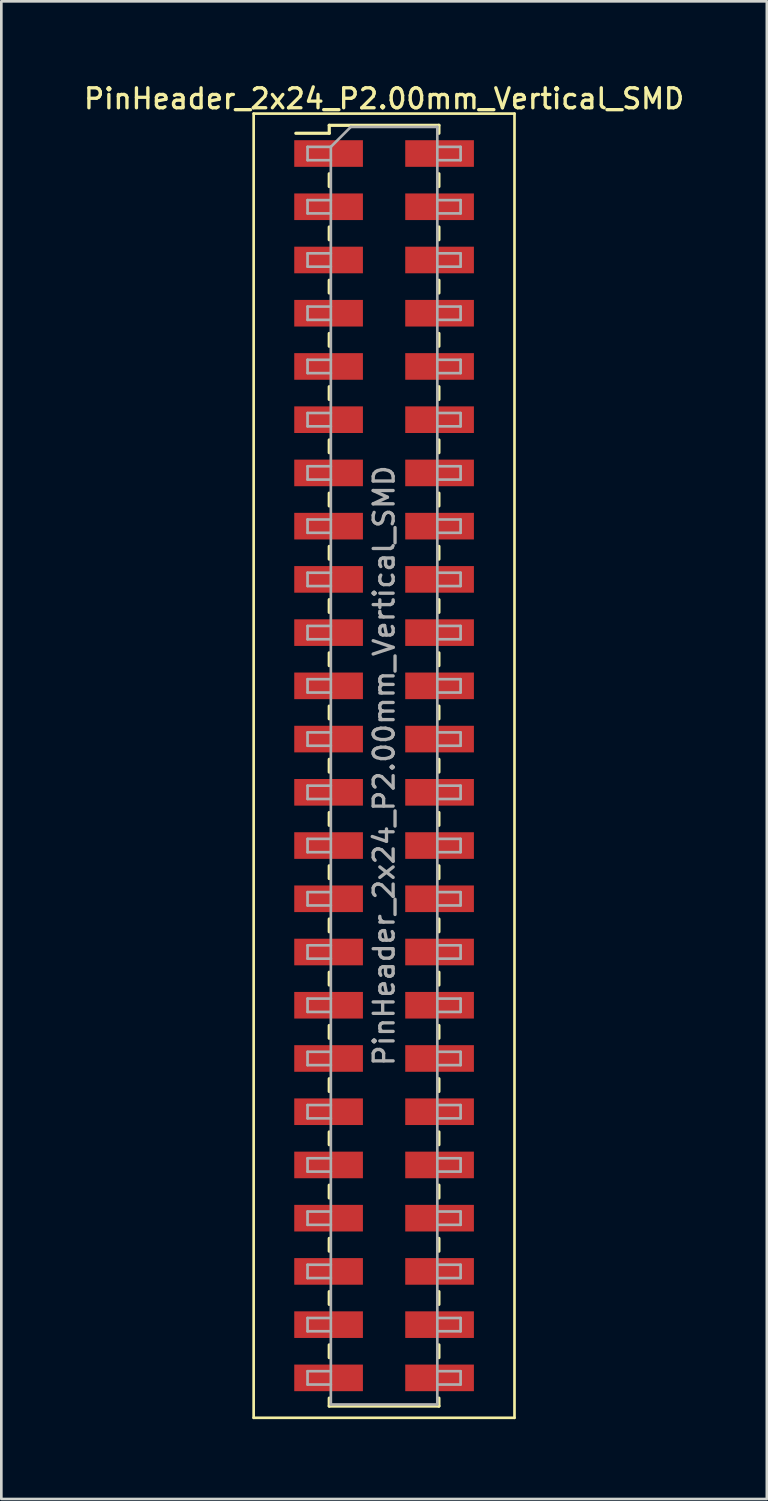
<source format=kicad_pcb>
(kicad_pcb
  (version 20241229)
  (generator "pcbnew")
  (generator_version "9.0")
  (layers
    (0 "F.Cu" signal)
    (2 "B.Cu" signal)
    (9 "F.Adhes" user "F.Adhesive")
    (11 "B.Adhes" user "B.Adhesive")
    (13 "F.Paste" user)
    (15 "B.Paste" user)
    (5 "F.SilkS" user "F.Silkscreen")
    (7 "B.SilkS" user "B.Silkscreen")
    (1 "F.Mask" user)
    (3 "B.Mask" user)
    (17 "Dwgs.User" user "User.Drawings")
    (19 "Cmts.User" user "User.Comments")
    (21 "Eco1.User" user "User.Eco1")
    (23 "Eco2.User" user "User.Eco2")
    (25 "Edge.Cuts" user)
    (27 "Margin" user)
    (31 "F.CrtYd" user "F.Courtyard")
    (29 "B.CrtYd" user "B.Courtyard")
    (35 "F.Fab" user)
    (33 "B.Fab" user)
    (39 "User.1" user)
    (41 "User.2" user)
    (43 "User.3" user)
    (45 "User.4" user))
  (footprint "PinHeader_2x24_P2.00mm_Vertical_SMD"
    (layer "F.Cu")
    (at 11.38 25.718)
    (property "Reference" "PinHeader_2x24_P2.00mm_Vertical_SMD" (at 0 -25.06 0) (layer "F.SilkS") (effects (font (size 0.75 0.75) (thickness 0.125))))
    (attr smd)
    (fp_line (start -4.9 -24.5) (end -4.9 24.5) (stroke (width 0.1) (type solid)) (layer "F.SilkS"))
    (fp_line (start -4.9 24.5) (end 4.9 24.5) (stroke (width 0.1) (type solid)) (layer "F.SilkS"))
    (fp_line (start -3.315 -23.76) (end -2.06 -23.76) (stroke (width 0.12) (type solid)) (layer "F.SilkS"))
    (fp_line (start -2.06 -24.06) (end -2.06 -23.76) (stroke (width 0.12) (type solid)) (layer "F.SilkS"))
    (fp_line (start -2.06 -24.06) (end 2.06 -24.06) (stroke (width 0.12) (type solid)) (layer "F.SilkS"))
    (fp_line (start -2.06 -22.24) (end -2.06 -21.76) (stroke (width 0.12) (type solid)) (layer "F.SilkS"))
    (fp_line (start -2.06 -20.24) (end -2.06 -19.76) (stroke (width 0.12) (type solid)) (layer "F.SilkS"))
    (fp_line (start -2.06 -18.24) (end -2.06 -17.76) (stroke (width 0.12) (type solid)) (layer "F.SilkS"))
    (fp_line (start -2.06 -16.24) (end -2.06 -15.76) (stroke (width 0.12) (type solid)) (layer "F.SilkS"))
    (fp_line (start -2.06 -14.24) (end -2.06 -13.76) (stroke (width 0.12) (type solid)) (layer "F.SilkS"))
    (fp_line (start -2.06 -12.24) (end -2.06 -11.76) (stroke (width 0.12) (type solid)) (layer "F.SilkS"))
    (fp_line (start -2.06 -10.24) (end -2.06 -9.76) (stroke (width 0.12) (type solid)) (layer "F.SilkS"))
    (fp_line (start -2.06 -8.24) (end -2.06 -7.76) (stroke (width 0.12) (type solid)) (layer "F.SilkS"))
    (fp_line (start -2.06 -6.24) (end -2.06 -5.76) (stroke (width 0.12) (type solid)) (layer "F.SilkS"))
    (fp_line (start -2.06 -4.24) (end -2.06 -3.76) (stroke (width 0.12) (type solid)) (layer "F.SilkS"))
    (fp_line (start -2.06 -2.24) (end -2.06 -1.76) (stroke (width 0.12) (type solid)) (layer "F.SilkS"))
    (fp_line (start -2.06 -0.24) (end -2.06 0.24) (stroke (width 0.12) (type solid)) (layer "F.SilkS"))
    (fp_line (start -2.06 1.76) (end -2.06 2.24) (stroke (width 0.12) (type solid)) (layer "F.SilkS"))
    (fp_line (start -2.06 3.76) (end -2.06 4.24) (stroke (width 0.12) (type solid)) (layer "F.SilkS"))
    (fp_line (start -2.06 5.76) (end -2.06 6.24) (stroke (width 0.12) (type solid)) (layer "F.SilkS"))
    (fp_line (start -2.06 7.76) (end -2.06 8.24) (stroke (width 0.12) (type solid)) (layer "F.SilkS"))
    (fp_line (start -2.06 9.76) (end -2.06 10.24) (stroke (width 0.12) (type solid)) (layer "F.SilkS"))
    (fp_line (start -2.06 11.76) (end -2.06 12.24) (stroke (width 0.12) (type solid)) (layer "F.SilkS"))
    (fp_line (start -2.06 13.76) (end -2.06 14.24) (stroke (width 0.12) (type solid)) (layer "F.SilkS"))
    (fp_line (start -2.06 15.76) (end -2.06 16.24) (stroke (width 0.12) (type solid)) (layer "F.SilkS"))
    (fp_line (start -2.06 17.76) (end -2.06 18.24) (stroke (width 0.12) (type solid)) (layer "F.SilkS"))
    (fp_line (start -2.06 19.76) (end -2.06 20.24) (stroke (width 0.12) (type solid)) (layer "F.SilkS"))
    (fp_line (start -2.06 21.76) (end -2.06 22.24) (stroke (width 0.12) (type solid)) (layer "F.SilkS"))
    (fp_line (start -2.06 23.76) (end -2.06 24.06) (stroke (width 0.12) (type solid)) (layer "F.SilkS"))
    (fp_line (start -2.06 24.06) (end 2.06 24.06) (stroke (width 0.12) (type solid)) (layer "F.SilkS"))
    (fp_line (start 2.06 -24.06) (end 2.06 -23.76) (stroke (width 0.12) (type solid)) (layer "F.SilkS"))
    (fp_line (start 2.06 -22.24) (end 2.06 -21.76) (stroke (width 0.12) (type solid)) (layer "F.SilkS"))
    (fp_line (start 2.06 -20.24) (end 2.06 -19.76) (stroke (width 0.12) (type solid)) (layer "F.SilkS"))
    (fp_line (start 2.06 -18.24) (end 2.06 -17.76) (stroke (width 0.12) (type solid)) (layer "F.SilkS"))
    (fp_line (start 2.06 -16.24) (end 2.06 -15.76) (stroke (width 0.12) (type solid)) (layer "F.SilkS"))
    (fp_line (start 2.06 -14.24) (end 2.06 -13.76) (stroke (width 0.12) (type solid)) (layer "F.SilkS"))
    (fp_line (start 2.06 -12.24) (end 2.06 -11.76) (stroke (width 0.12) (type solid)) (layer "F.SilkS"))
    (fp_line (start 2.06 -10.24) (end 2.06 -9.76) (stroke (width 0.12) (type solid)) (layer "F.SilkS"))
    (fp_line (start 2.06 -8.24) (end 2.06 -7.76) (stroke (width 0.12) (type solid)) (layer "F.SilkS"))
    (fp_line (start 2.06 -6.24) (end 2.06 -5.76) (stroke (width 0.12) (type solid)) (layer "F.SilkS"))
    (fp_line (start 2.06 -4.24) (end 2.06 -3.76) (stroke (width 0.12) (type solid)) (layer "F.SilkS"))
    (fp_line (start 2.06 -2.24) (end 2.06 -1.76) (stroke (width 0.12) (type solid)) (layer "F.SilkS"))
    (fp_line (start 2.06 -0.24) (end 2.06 0.24) (stroke (width 0.12) (type solid)) (layer "F.SilkS"))
    (fp_line (start 2.06 1.76) (end 2.06 2.24) (stroke (width 0.12) (type solid)) (layer "F.SilkS"))
    (fp_line (start 2.06 3.76) (end 2.06 4.24) (stroke (width 0.12) (type solid)) (layer "F.SilkS"))
    (fp_line (start 2.06 5.76) (end 2.06 6.24) (stroke (width 0.12) (type solid)) (layer "F.SilkS"))
    (fp_line (start 2.06 7.76) (end 2.06 8.24) (stroke (width 0.12) (type solid)) (layer "F.SilkS"))
    (fp_line (start 2.06 9.76) (end 2.06 10.24) (stroke (width 0.12) (type solid)) (layer "F.SilkS"))
    (fp_line (start 2.06 11.76) (end 2.06 12.24) (stroke (width 0.12) (type solid)) (layer "F.SilkS"))
    (fp_line (start 2.06 13.76) (end 2.06 14.24) (stroke (width 0.12) (type solid)) (layer "F.SilkS"))
    (fp_line (start 2.06 15.76) (end 2.06 16.24) (stroke (width 0.12) (type solid)) (layer "F.SilkS"))
    (fp_line (start 2.06 17.76) (end 2.06 18.24) (stroke (width 0.12) (type solid)) (layer "F.SilkS"))
    (fp_line (start 2.06 19.76) (end 2.06 20.24) (stroke (width 0.12) (type solid)) (layer "F.SilkS"))
    (fp_line (start 2.06 21.76) (end 2.06 22.24) (stroke (width 0.12) (type solid)) (layer "F.SilkS"))
    (fp_line (start 2.06 23.76) (end 2.06 24.06) (stroke (width 0.12) (type solid)) (layer "F.SilkS"))
    (fp_line (start 4.9 -24.5) (end -4.9 -24.5) (stroke (width 0.1) (type solid)) (layer "F.SilkS"))
    (fp_line (start 4.9 24.5) (end 4.9 -24.5) (stroke (width 0.1) (type solid)) (layer "F.SilkS"))
    (fp_line (start -2.875 -23.25) (end -2.875 -22.75) (stroke (width 0.1) (type solid)) (layer "F.Fab"))
    (fp_line (start -2.875 -22.75) (end -2 -22.75) (stroke (width 0.1) (type solid)) (layer "F.Fab"))
    (fp_line (start -2.875 -21.25) (end -2.875 -20.75) (stroke (width 0.1) (type solid)) (layer "F.Fab"))
    (fp_line (start -2.875 -20.75) (end -2 -20.75) (stroke (width 0.1) (type solid)) (layer "F.Fab"))
    (fp_line (start -2.875 -19.25) (end -2.875 -18.75) (stroke (width 0.1) (type solid)) (layer "F.Fab"))
    (fp_line (start -2.875 -18.75) (end -2 -18.75) (stroke (width 0.1) (type solid)) (layer "F.Fab"))
    (fp_line (start -2.875 -17.25) (end -2.875 -16.75) (stroke (width 0.1) (type solid)) (layer "F.Fab"))
    (fp_line (start -2.875 -16.75) (end -2 -16.75) (stroke (width 0.1) (type solid)) (layer "F.Fab"))
    (fp_line (start -2.875 -15.25) (end -2.875 -14.75) (stroke (width 0.1) (type solid)) (layer "F.Fab"))
    (fp_line (start -2.875 -14.75) (end -2 -14.75) (stroke (width 0.1) (type solid)) (layer "F.Fab"))
    (fp_line (start -2.875 -13.25) (end -2.875 -12.75) (stroke (width 0.1) (type solid)) (layer "F.Fab"))
    (fp_line (start -2.875 -12.75) (end -2 -12.75) (stroke (width 0.1) (type solid)) (layer "F.Fab"))
    (fp_line (start -2.875 -11.25) (end -2.875 -10.75) (stroke (width 0.1) (type solid)) (layer "F.Fab"))
    (fp_line (start -2.875 -10.75) (end -2 -10.75) (stroke (width 0.1) (type solid)) (layer "F.Fab"))
    (fp_line (start -2.875 -9.25) (end -2.875 -8.75) (stroke (width 0.1) (type solid)) (layer "F.Fab"))
    (fp_line (start -2.875 -8.75) (end -2 -8.75) (stroke (width 0.1) (type solid)) (layer "F.Fab"))
    (fp_line (start -2.875 -7.25) (end -2.875 -6.75) (stroke (width 0.1) (type solid)) (layer "F.Fab"))
    (fp_line (start -2.875 -6.75) (end -2 -6.75) (stroke (width 0.1) (type solid)) (layer "F.Fab"))
    (fp_line (start -2.875 -5.25) (end -2.875 -4.75) (stroke (width 0.1) (type solid)) (layer "F.Fab"))
    (fp_line (start -2.875 -4.75) (end -2 -4.75) (stroke (width 0.1) (type solid)) (layer "F.Fab"))
    (fp_line (start -2.875 -3.25) (end -2.875 -2.75) (stroke (width 0.1) (type solid)) (layer "F.Fab"))
    (fp_line (start -2.875 -2.75) (end -2 -2.75) (stroke (width 0.1) (type solid)) (layer "F.Fab"))
    (fp_line (start -2.875 -1.25) (end -2.875 -0.75) (stroke (width 0.1) (type solid)) (layer "F.Fab"))
    (fp_line (start -2.875 -0.75) (end -2 -0.75) (stroke (width 0.1) (type solid)) (layer "F.Fab"))
    (fp_line (start -2.875 0.75) (end -2.875 1.25) (stroke (width 0.1) (type solid)) (layer "F.Fab"))
    (fp_line (start -2.875 1.25) (end -2 1.25) (stroke (width 0.1) (type solid)) (layer "F.Fab"))
    (fp_line (start -2.875 2.75) (end -2.875 3.25) (stroke (width 0.1) (type solid)) (layer "F.Fab"))
    (fp_line (start -2.875 3.25) (end -2 3.25) (stroke (width 0.1) (type solid)) (layer "F.Fab"))
    (fp_line (start -2.875 4.75) (end -2.875 5.25) (stroke (width 0.1) (type solid)) (layer "F.Fab"))
    (fp_line (start -2.875 5.25) (end -2 5.25) (stroke (width 0.1) (type solid)) (layer "F.Fab"))
    (fp_line (start -2.875 6.75) (end -2.875 7.25) (stroke (width 0.1) (type solid)) (layer "F.Fab"))
    (fp_line (start -2.875 7.25) (end -2 7.25) (stroke (width 0.1) (type solid)) (layer "F.Fab"))
    (fp_line (start -2.875 8.75) (end -2.875 9.25) (stroke (width 0.1) (type solid)) (layer "F.Fab"))
    (fp_line (start -2.875 9.25) (end -2 9.25) (stroke (width 0.1) (type solid)) (layer "F.Fab"))
    (fp_line (start -2.875 10.75) (end -2.875 11.25) (stroke (width 0.1) (type solid)) (layer "F.Fab"))
    (fp_line (start -2.875 11.25) (end -2 11.25) (stroke (width 0.1) (type solid)) (layer "F.Fab"))
    (fp_line (start -2.875 12.75) (end -2.875 13.25) (stroke (width 0.1) (type solid)) (layer "F.Fab"))
    (fp_line (start -2.875 13.25) (end -2 13.25) (stroke (width 0.1) (type solid)) (layer "F.Fab"))
    (fp_line (start -2.875 14.75) (end -2.875 15.25) (stroke (width 0.1) (type solid)) (layer "F.Fab"))
    (fp_line (start -2.875 15.25) (end -2 15.25) (stroke (width 0.1) (type solid)) (layer "F.Fab"))
    (fp_line (start -2.875 16.75) (end -2.875 17.25) (stroke (width 0.1) (type solid)) (layer "F.Fab"))
    (fp_line (start -2.875 17.25) (end -2 17.25) (stroke (width 0.1) (type solid)) (layer "F.Fab"))
    (fp_line (start -2.875 18.75) (end -2.875 19.25) (stroke (width 0.1) (type solid)) (layer "F.Fab"))
    (fp_line (start -2.875 19.25) (end -2 19.25) (stroke (width 0.1) (type solid)) (layer "F.Fab"))
    (fp_line (start -2.875 20.75) (end -2.875 21.25) (stroke (width 0.1) (type solid)) (layer "F.Fab"))
    (fp_line (start -2.875 21.25) (end -2 21.25) (stroke (width 0.1) (type solid)) (layer "F.Fab"))
    (fp_line (start -2.875 22.75) (end -2.875 23.25) (stroke (width 0.1) (type solid)) (layer "F.Fab"))
    (fp_line (start -2.875 23.25) (end -2 23.25) (stroke (width 0.1) (type solid)) (layer "F.Fab"))
    (fp_line (start -2 -23.25) (end -2.875 -23.25) (stroke (width 0.1) (type solid)) (layer "F.Fab"))
    (fp_line (start -2 -23.25) (end -1.25 -24) (stroke (width 0.1) (type solid)) (layer "F.Fab"))
    (fp_line (start -2 -21.25) (end -2.875 -21.25) (stroke (width 0.1) (type solid)) (layer "F.Fab"))
    (fp_line (start -2 -19.25) (end -2.875 -19.25) (stroke (width 0.1) (type solid)) (layer "F.Fab"))
    (fp_line (start -2 -17.25) (end -2.875 -17.25) (stroke (width 0.1) (type solid)) (layer "F.Fab"))
    (fp_line (start -2 -15.25) (end -2.875 -15.25) (stroke (width 0.1) (type solid)) (layer "F.Fab"))
    (fp_line (start -2 -13.25) (end -2.875 -13.25) (stroke (width 0.1) (type solid)) (layer "F.Fab"))
    (fp_line (start -2 -11.25) (end -2.875 -11.25) (stroke (width 0.1) (type solid)) (layer "F.Fab"))
    (fp_line (start -2 -9.25) (end -2.875 -9.25) (stroke (width 0.1) (type solid)) (layer "F.Fab"))
    (fp_line (start -2 -7.25) (end -2.875 -7.25) (stroke (width 0.1) (type solid)) (layer "F.Fab"))
    (fp_line (start -2 -5.25) (end -2.875 -5.25) (stroke (width 0.1) (type solid)) (layer "F.Fab"))
    (fp_line (start -2 -3.25) (end -2.875 -3.25) (stroke (width 0.1) (type solid)) (layer "F.Fab"))
    (fp_line (start -2 -1.25) (end -2.875 -1.25) (stroke (width 0.1) (type solid)) (layer "F.Fab"))
    (fp_line (start -2 0.75) (end -2.875 0.75) (stroke (width 0.1) (type solid)) (layer "F.Fab"))
    (fp_line (start -2 2.75) (end -2.875 2.75) (stroke (width 0.1) (type solid)) (layer "F.Fab"))
    (fp_line (start -2 4.75) (end -2.875 4.75) (stroke (width 0.1) (type solid)) (layer "F.Fab"))
    (fp_line (start -2 6.75) (end -2.875 6.75) (stroke (width 0.1) (type solid)) (layer "F.Fab"))
    (fp_line (start -2 8.75) (end -2.875 8.75) (stroke (width 0.1) (type solid)) (layer "F.Fab"))
    (fp_line (start -2 10.75) (end -2.875 10.75) (stroke (width 0.1) (type solid)) (layer "F.Fab"))
    (fp_line (start -2 12.75) (end -2.875 12.75) (stroke (width 0.1) (type solid)) (layer "F.Fab"))
    (fp_line (start -2 14.75) (end -2.875 14.75) (stroke (width 0.1) (type solid)) (layer "F.Fab"))
    (fp_line (start -2 16.75) (end -2.875 16.75) (stroke (width 0.1) (type solid)) (layer "F.Fab"))
    (fp_line (start -2 18.75) (end -2.875 18.75) (stroke (width 0.1) (type solid)) (layer "F.Fab"))
    (fp_line (start -2 20.75) (end -2.875 20.75) (stroke (width 0.1) (type solid)) (layer "F.Fab"))
    (fp_line (start -2 22.75) (end -2.875 22.75) (stroke (width 0.1) (type solid)) (layer "F.Fab"))
    (fp_line (start -2 24) (end -2 -23.25) (stroke (width 0.1) (type solid)) (layer "F.Fab"))
    (fp_line (start -1.25 -24) (end 2 -24) (stroke (width 0.1) (type solid)) (layer "F.Fab"))
    (fp_line (start 2 -24) (end 2 24) (stroke (width 0.1) (type solid)) (layer "F.Fab"))
    (fp_line (start 2 -23.25) (end 2.875 -23.25) (stroke (width 0.1) (type solid)) (layer "F.Fab"))
    (fp_line (start 2 -21.25) (end 2.875 -21.25) (stroke (width 0.1) (type solid)) (layer "F.Fab"))
    (fp_line (start 2 -19.25) (end 2.875 -19.25) (stroke (width 0.1) (type solid)) (layer "F.Fab"))
    (fp_line (start 2 -17.25) (end 2.875 -17.25) (stroke (width 0.1) (type solid)) (layer "F.Fab"))
    (fp_line (start 2 -15.25) (end 2.875 -15.25) (stroke (width 0.1) (type solid)) (layer "F.Fab"))
    (fp_line (start 2 -13.25) (end 2.875 -13.25) (stroke (width 0.1) (type solid)) (layer "F.Fab"))
    (fp_line (start 2 -11.25) (end 2.875 -11.25) (stroke (width 0.1) (type solid)) (layer "F.Fab"))
    (fp_line (start 2 -9.25) (end 2.875 -9.25) (stroke (width 0.1) (type solid)) (layer "F.Fab"))
    (fp_line (start 2 -7.25) (end 2.875 -7.25) (stroke (width 0.1) (type solid)) (layer "F.Fab"))
    (fp_line (start 2 -5.25) (end 2.875 -5.25) (stroke (width 0.1) (type solid)) (layer "F.Fab"))
    (fp_line (start 2 -3.25) (end 2.875 -3.25) (stroke (width 0.1) (type solid)) (layer "F.Fab"))
    (fp_line (start 2 -1.25) (end 2.875 -1.25) (stroke (width 0.1) (type solid)) (layer "F.Fab"))
    (fp_line (start 2 0.75) (end 2.875 0.75) (stroke (width 0.1) (type solid)) (layer "F.Fab"))
    (fp_line (start 2 2.75) (end 2.875 2.75) (stroke (width 0.1) (type solid)) (layer "F.Fab"))
    (fp_line (start 2 4.75) (end 2.875 4.75) (stroke (width 0.1) (type solid)) (layer "F.Fab"))
    (fp_line (start 2 6.75) (end 2.875 6.75) (stroke (width 0.1) (type solid)) (layer "F.Fab"))
    (fp_line (start 2 8.75) (end 2.875 8.75) (stroke (width 0.1) (type solid)) (layer "F.Fab"))
    (fp_line (start 2 10.75) (end 2.875 10.75) (stroke (width 0.1) (type solid)) (layer "F.Fab"))
    (fp_line (start 2 12.75) (end 2.875 12.75) (stroke (width 0.1) (type solid)) (layer "F.Fab"))
    (fp_line (start 2 14.75) (end 2.875 14.75) (stroke (width 0.1) (type solid)) (layer "F.Fab"))
    (fp_line (start 2 16.75) (end 2.875 16.75) (stroke (width 0.1) (type solid)) (layer "F.Fab"))
    (fp_line (start 2 18.75) (end 2.875 18.75) (stroke (width 0.1) (type solid)) (layer "F.Fab"))
    (fp_line (start 2 20.75) (end 2.875 20.75) (stroke (width 0.1) (type solid)) (layer "F.Fab"))
    (fp_line (start 2 22.75) (end 2.875 22.75) (stroke (width 0.1) (type solid)) (layer "F.Fab"))
    (fp_line (start 2 24) (end -2 24) (stroke (width 0.1) (type solid)) (layer "F.Fab"))
    (fp_line (start 2.875 -23.25) (end 2.875 -22.75) (stroke (width 0.1) (type solid)) (layer "F.Fab"))
    (fp_line (start 2.875 -22.75) (end 2 -22.75) (stroke (width 0.1) (type solid)) (layer "F.Fab"))
    (fp_line (start 2.875 -21.25) (end 2.875 -20.75) (stroke (width 0.1) (type solid)) (layer "F.Fab"))
    (fp_line (start 2.875 -20.75) (end 2 -20.75) (stroke (width 0.1) (type solid)) (layer "F.Fab"))
    (fp_line (start 2.875 -19.25) (end 2.875 -18.75) (stroke (width 0.1) (type solid)) (layer "F.Fab"))
    (fp_line (start 2.875 -18.75) (end 2 -18.75) (stroke (width 0.1) (type solid)) (layer "F.Fab"))
    (fp_line (start 2.875 -17.25) (end 2.875 -16.75) (stroke (width 0.1) (type solid)) (layer "F.Fab"))
    (fp_line (start 2.875 -16.75) (end 2 -16.75) (stroke (width 0.1) (type solid)) (layer "F.Fab"))
    (fp_line (start 2.875 -15.25) (end 2.875 -14.75) (stroke (width 0.1) (type solid)) (layer "F.Fab"))
    (fp_line (start 2.875 -14.75) (end 2 -14.75) (stroke (width 0.1) (type solid)) (layer "F.Fab"))
    (fp_line (start 2.875 -13.25) (end 2.875 -12.75) (stroke (width 0.1) (type solid)) (layer "F.Fab"))
    (fp_line (start 2.875 -12.75) (end 2 -12.75) (stroke (width 0.1) (type solid)) (layer "F.Fab"))
    (fp_line (start 2.875 -11.25) (end 2.875 -10.75) (stroke (width 0.1) (type solid)) (layer "F.Fab"))
    (fp_line (start 2.875 -10.75) (end 2 -10.75) (stroke (width 0.1) (type solid)) (layer "F.Fab"))
    (fp_line (start 2.875 -9.25) (end 2.875 -8.75) (stroke (width 0.1) (type solid)) (layer "F.Fab"))
    (fp_line (start 2.875 -8.75) (end 2 -8.75) (stroke (width 0.1) (type solid)) (layer "F.Fab"))
    (fp_line (start 2.875 -7.25) (end 2.875 -6.75) (stroke (width 0.1) (type solid)) (layer "F.Fab"))
    (fp_line (start 2.875 -6.75) (end 2 -6.75) (stroke (width 0.1) (type solid)) (layer "F.Fab"))
    (fp_line (start 2.875 -5.25) (end 2.875 -4.75) (stroke (width 0.1) (type solid)) (layer "F.Fab"))
    (fp_line (start 2.875 -4.75) (end 2 -4.75) (stroke (width 0.1) (type solid)) (layer "F.Fab"))
    (fp_line (start 2.875 -3.25) (end 2.875 -2.75) (stroke (width 0.1) (type solid)) (layer "F.Fab"))
    (fp_line (start 2.875 -2.75) (end 2 -2.75) (stroke (width 0.1) (type solid)) (layer "F.Fab"))
    (fp_line (start 2.875 -1.25) (end 2.875 -0.75) (stroke (width 0.1) (type solid)) (layer "F.Fab"))
    (fp_line (start 2.875 -0.75) (end 2 -0.75) (stroke (width 0.1) (type solid)) (layer "F.Fab"))
    (fp_line (start 2.875 0.75) (end 2.875 1.25) (stroke (width 0.1) (type solid)) (layer "F.Fab"))
    (fp_line (start 2.875 1.25) (end 2 1.25) (stroke (width 0.1) (type solid)) (layer "F.Fab"))
    (fp_line (start 2.875 2.75) (end 2.875 3.25) (stroke (width 0.1) (type solid)) (layer "F.Fab"))
    (fp_line (start 2.875 3.25) (end 2 3.25) (stroke (width 0.1) (type solid)) (layer "F.Fab"))
    (fp_line (start 2.875 4.75) (end 2.875 5.25) (stroke (width 0.1) (type solid)) (layer "F.Fab"))
    (fp_line (start 2.875 5.25) (end 2 5.25) (stroke (width 0.1) (type solid)) (layer "F.Fab"))
    (fp_line (start 2.875 6.75) (end 2.875 7.25) (stroke (width 0.1) (type solid)) (layer "F.Fab"))
    (fp_line (start 2.875 7.25) (end 2 7.25) (stroke (width 0.1) (type solid)) (layer "F.Fab"))
    (fp_line (start 2.875 8.75) (end 2.875 9.25) (stroke (width 0.1) (type solid)) (layer "F.Fab"))
    (fp_line (start 2.875 9.25) (end 2 9.25) (stroke (width 0.1) (type solid)) (layer "F.Fab"))
    (fp_line (start 2.875 10.75) (end 2.875 11.25) (stroke (width 0.1) (type solid)) (layer "F.Fab"))
    (fp_line (start 2.875 11.25) (end 2 11.25) (stroke (width 0.1) (type solid)) (layer "F.Fab"))
    (fp_line (start 2.875 12.75) (end 2.875 13.25) (stroke (width 0.1) (type solid)) (layer "F.Fab"))
    (fp_line (start 2.875 13.25) (end 2 13.25) (stroke (width 0.1) (type solid)) (layer "F.Fab"))
    (fp_line (start 2.875 14.75) (end 2.875 15.25) (stroke (width 0.1) (type solid)) (layer "F.Fab"))
    (fp_line (start 2.875 15.25) (end 2 15.25) (stroke (width 0.1) (type solid)) (layer "F.Fab"))
    (fp_line (start 2.875 16.75) (end 2.875 17.25) (stroke (width 0.1) (type solid)) (layer "F.Fab"))
    (fp_line (start 2.875 17.25) (end 2 17.25) (stroke (width 0.1) (type solid)) (layer "F.Fab"))
    (fp_line (start 2.875 18.75) (end 2.875 19.25) (stroke (width 0.1) (type solid)) (layer "F.Fab"))
    (fp_line (start 2.875 19.25) (end 2 19.25) (stroke (width 0.1) (type solid)) (layer "F.Fab"))
    (fp_line (start 2.875 20.75) (end 2.875 21.25) (stroke (width 0.1) (type solid)) (layer "F.Fab"))
    (fp_line (start 2.875 21.25) (end 2 21.25) (stroke (width 0.1) (type solid)) (layer "F.Fab"))
    (fp_line (start 2.875 22.75) (end 2.875 23.25) (stroke (width 0.1) (type solid)) (layer "F.Fab"))
    (fp_line (start 2.875 23.25) (end 2 23.25) (stroke (width 0.1) (type solid)) (layer "F.Fab"))
    (fp_text user "${REFERENCE}" (at 0 0 90) (layer "F.Fab") (effects (font (size 0.75 0.75) (thickness 0.125))))
    (pad "1" smd rect (at -2.085 -23) (size 2.58 1) (layers "F.Cu" "F.Mask" "F.Paste"))
    (pad "2" smd rect (at 2.085 -23) (size 2.58 1) (layers "F.Cu" "F.Mask" "F.Paste"))
    (pad "3" smd rect (at -2.085 -21) (size 2.58 1) (layers "F.Cu" "F.Mask" "F.Paste"))
    (pad "4" smd rect (at 2.085 -21) (size 2.58 1) (layers "F.Cu" "F.Mask" "F.Paste"))
    (pad "5" smd rect (at -2.085 -19) (size 2.58 1) (layers "F.Cu" "F.Mask" "F.Paste"))
    (pad "6" smd rect (at 2.085 -19) (size 2.58 1) (layers "F.Cu" "F.Mask" "F.Paste"))
    (pad "7" smd rect (at -2.085 -17) (size 2.58 1) (layers "F.Cu" "F.Mask" "F.Paste"))
    (pad "8" smd rect (at 2.085 -17) (size 2.58 1) (layers "F.Cu" "F.Mask" "F.Paste"))
    (pad "9" smd rect (at -2.085 -15) (size 2.58 1) (layers "F.Cu" "F.Mask" "F.Paste"))
    (pad "10" smd rect (at 2.085 -15) (size 2.58 1) (layers "F.Cu" "F.Mask" "F.Paste"))
    (pad "11" smd rect (at -2.085 -13) (size 2.58 1) (layers "F.Cu" "F.Mask" "F.Paste"))
    (pad "12" smd rect (at 2.085 -13) (size 2.58 1) (layers "F.Cu" "F.Mask" "F.Paste"))
    (pad "13" smd rect (at -2.085 -11) (size 2.58 1) (layers "F.Cu" "F.Mask" "F.Paste"))
    (pad "14" smd rect (at 2.085 -11) (size 2.58 1) (layers "F.Cu" "F.Mask" "F.Paste"))
    (pad "15" smd rect (at -2.085 -9) (size 2.58 1) (layers "F.Cu" "F.Mask" "F.Paste"))
    (pad "16" smd rect (at 2.085 -9) (size 2.58 1) (layers "F.Cu" "F.Mask" "F.Paste"))
    (pad "17" smd rect (at -2.085 -7) (size 2.58 1) (layers "F.Cu" "F.Mask" "F.Paste"))
    (pad "18" smd rect (at 2.085 -7) (size 2.58 1) (layers "F.Cu" "F.Mask" "F.Paste"))
    (pad "19" smd rect (at -2.085 -5) (size 2.58 1) (layers "F.Cu" "F.Mask" "F.Paste"))
    (pad "20" smd rect (at 2.085 -5) (size 2.58 1) (layers "F.Cu" "F.Mask" "F.Paste"))
    (pad "21" smd rect (at -2.085 -3) (size 2.58 1) (layers "F.Cu" "F.Mask" "F.Paste"))
    (pad "22" smd rect (at 2.085 -3) (size 2.58 1) (layers "F.Cu" "F.Mask" "F.Paste"))
    (pad "23" smd rect (at -2.085 -1) (size 2.58 1) (layers "F.Cu" "F.Mask" "F.Paste"))
    (pad "24" smd rect (at 2.085 -1) (size 2.58 1) (layers "F.Cu" "F.Mask" "F.Paste"))
    (pad "25" smd rect (at -2.085 1) (size 2.58 1) (layers "F.Cu" "F.Mask" "F.Paste"))
    (pad "26" smd rect (at 2.085 1) (size 2.58 1) (layers "F.Cu" "F.Mask" "F.Paste"))
    (pad "27" smd rect (at -2.085 3) (size 2.58 1) (layers "F.Cu" "F.Mask" "F.Paste"))
    (pad "28" smd rect (at 2.085 3) (size 2.58 1) (layers "F.Cu" "F.Mask" "F.Paste"))
    (pad "29" smd rect (at -2.085 5) (size 2.58 1) (layers "F.Cu" "F.Mask" "F.Paste"))
    (pad "30" smd rect (at 2.085 5) (size 2.58 1) (layers "F.Cu" "F.Mask" "F.Paste"))
    (pad "31" smd rect (at -2.085 7) (size 2.58 1) (layers "F.Cu" "F.Mask" "F.Paste"))
    (pad "32" smd rect (at 2.085 7) (size 2.58 1) (layers "F.Cu" "F.Mask" "F.Paste"))
    (pad "33" smd rect (at -2.085 9) (size 2.58 1) (layers "F.Cu" "F.Mask" "F.Paste"))
    (pad "34" smd rect (at 2.085 9) (size 2.58 1) (layers "F.Cu" "F.Mask" "F.Paste"))
    (pad "35" smd rect (at -2.085 11) (size 2.58 1) (layers "F.Cu" "F.Mask" "F.Paste"))
    (pad "36" smd rect (at 2.085 11) (size 2.58 1) (layers "F.Cu" "F.Mask" "F.Paste"))
    (pad "37" smd rect (at -2.085 13) (size 2.58 1) (layers "F.Cu" "F.Mask" "F.Paste"))
    (pad "38" smd rect (at 2.085 13) (size 2.58 1) (layers "F.Cu" "F.Mask" "F.Paste"))
    (pad "39" smd rect (at -2.085 15) (size 2.58 1) (layers "F.Cu" "F.Mask" "F.Paste"))
    (pad "40" smd rect (at 2.085 15) (size 2.58 1) (layers "F.Cu" "F.Mask" "F.Paste"))
    (pad "41" smd rect (at -2.085 17) (size 2.58 1) (layers "F.Cu" "F.Mask" "F.Paste"))
    (pad "42" smd rect (at 2.085 17) (size 2.58 1) (layers "F.Cu" "F.Mask" "F.Paste"))
    (pad "43" smd rect (at -2.085 19) (size 2.58 1) (layers "F.Cu" "F.Mask" "F.Paste"))
    (pad "44" smd rect (at 2.085 19) (size 2.58 1) (layers "F.Cu" "F.Mask" "F.Paste"))
    (pad "45" smd rect (at -2.085 21) (size 2.58 1) (layers "F.Cu" "F.Mask" "F.Paste"))
    (pad "46" smd rect (at 2.085 21) (size 2.58 1) (layers "F.Cu" "F.Mask" "F.Paste"))
    (pad "47" smd rect (at -2.085 23) (size 2.58 1) (layers "F.Cu" "F.Mask" "F.Paste"))
    (pad "48" smd rect (at 2.085 23) (size 2.58 1) (layers "F.Cu" "F.Mask" "F.Paste")))
  (gr_rect
    (start -3 -3)
    (end 25.761 53.268)
    (stroke (width 0.1) (type default))
    (fill no)
    (layer "Edge.Cuts")))
</source>
